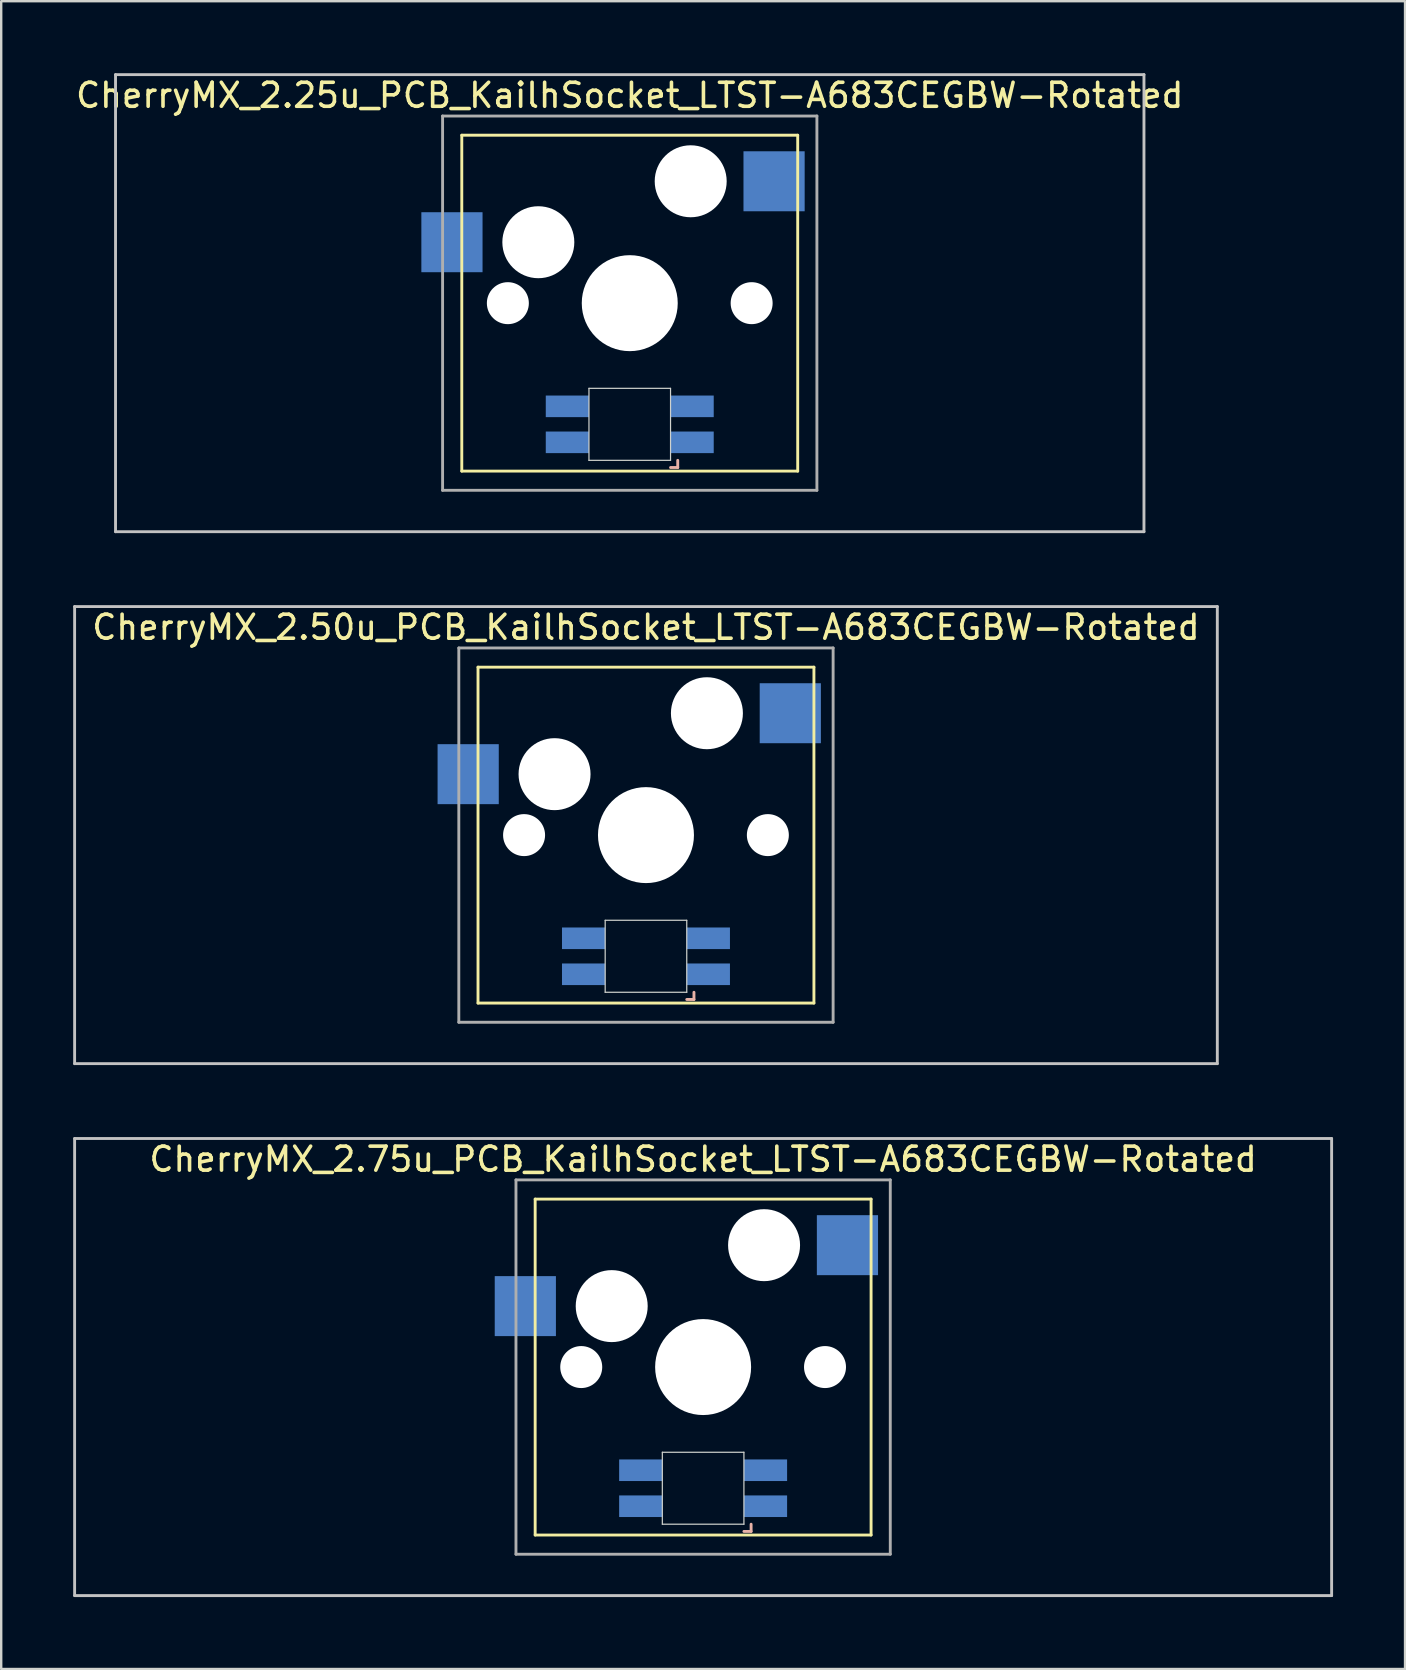
<source format=kicad_pcb>
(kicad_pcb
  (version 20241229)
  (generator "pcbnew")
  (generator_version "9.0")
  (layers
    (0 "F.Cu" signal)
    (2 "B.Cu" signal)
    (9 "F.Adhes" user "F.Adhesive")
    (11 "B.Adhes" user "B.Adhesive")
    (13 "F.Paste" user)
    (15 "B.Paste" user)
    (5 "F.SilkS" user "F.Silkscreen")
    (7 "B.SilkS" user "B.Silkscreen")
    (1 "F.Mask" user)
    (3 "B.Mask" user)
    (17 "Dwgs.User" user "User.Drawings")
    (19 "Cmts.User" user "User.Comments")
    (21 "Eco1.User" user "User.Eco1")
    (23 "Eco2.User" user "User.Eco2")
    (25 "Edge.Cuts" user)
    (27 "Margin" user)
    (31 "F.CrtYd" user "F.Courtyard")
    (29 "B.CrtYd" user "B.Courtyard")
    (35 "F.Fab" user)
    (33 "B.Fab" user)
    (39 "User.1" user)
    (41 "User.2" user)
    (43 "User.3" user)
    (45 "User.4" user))
  (footprint "CherryMX_2.25u_PCB_KailhSocket_LTST-A683CEGBW-Rotated"
    (layer "F.Cu")
    (at 23.196 9.585)
    (property "Reference" "CherryMX_2.25u_PCB_KailhSocket_LTST-A683CEGBW-Rotated" (at 0 -8.662 0) (layer "F.SilkS") (effects (font (size 1 1) (thickness 0.15))))
    (attr through_hole)
    (fp_line (start -7 -7) (end -7 7) (stroke (width 0.12) (type solid)) (layer "F.SilkS"))
    (fp_line (start -7 -7) (end 7 -7) (stroke (width 0.12) (type solid)) (layer "F.SilkS"))
    (fp_line (start 7 -7) (end 7 7) (stroke (width 0.12) (type solid)) (layer "F.SilkS"))
    (fp_line (start 7 7) (end -7 7) (stroke (width 0.12) (type solid)) (layer "F.SilkS"))
    (fp_line (start 1.7 6.85) (end 2 6.85) (stroke (width 0.12) (type solid)) (layer "B.SilkS"))
    (fp_line (start 2 6.85) (end 2 6.55) (stroke (width 0.12) (type solid)) (layer "B.SilkS"))
    (fp_line (start -21.431 -9.525) (end 21.431 -9.525) (stroke (width 0.12) (type solid)) (layer "Dwgs.User"))
    (fp_line (start -21.431 9.525) (end -21.431 -9.525) (stroke (width 0.12) (type solid)) (layer "Dwgs.User"))
    (fp_line (start 21.431 -9.525) (end 21.431 9.525) (stroke (width 0.12) (type solid)) (layer "Dwgs.User"))
    (fp_line (start 21.431 9.525) (end -21.431 9.525) (stroke (width 0.12) (type solid)) (layer "Dwgs.User"))
    (fp_line (start -1.7 3.55) (end 1.7 3.55) (stroke (width 0.05) (type solid)) (layer "Edge.Cuts"))
    (fp_line (start -1.7 6.55) (end -1.7 3.55) (stroke (width 0.05) (type solid)) (layer "Edge.Cuts"))
    (fp_line (start 1.7 3.55) (end 1.7 6.55) (stroke (width 0.05) (type solid)) (layer "Edge.Cuts"))
    (fp_line (start 1.7 6.55) (end -1.7 6.55) (stroke (width 0.05) (type solid)) (layer "Edge.Cuts"))
    (fp_line (start -7.8 -7.8) (end -7.8 7.8) (stroke (width 0.12) (type solid)) (layer "F.Fab"))
    (fp_line (start -7.8 -7.8) (end 7.8 -7.8) (stroke (width 0.12) (type solid)) (layer "F.Fab"))
    (fp_line (start -7.8 7.8) (end 7.8 7.8) (stroke (width 0.12) (type solid)) (layer "F.Fab"))
    (fp_line (start 7.8 -7.8) (end 7.8 7.8) (stroke (width 0.12) (type solid)) (layer "F.Fab"))
    (pad "" np_thru_hole circle (at -5.08 0) (size 1.75 1.75) (drill 1.75) (layers "*.Cu" "*.Mask"))
    (pad "" np_thru_hole circle (at -3.81 -2.54) (size 3 3) (drill 3) (layers "*.Cu" "*.Mask"))
    (pad "" np_thru_hole circle (at 0 0) (size 4 4) (drill 4) (layers "*.Cu" "*.Mask"))
    (pad "" np_thru_hole circle (at 2.54 -5.08) (size 3 3) (drill 3) (layers "*.Cu" "*.Mask"))
    (pad "" np_thru_hole circle (at 5.08 0) (size 1.75 1.75) (drill 1.75) (layers "*.Cu" "*.Mask"))
    (pad "1" smd rect (at -7.41 -2.54) (size 2.55 2.5) (layers "B.Cu" "B.Mask" "B.Paste"))
    (pad "2" smd rect (at 6.015 -5.08) (size 2.55 2.5) (layers "B.Cu" "B.Mask" "B.Paste"))
    (pad "3" smd rect (at 2.6 5.8) (size 1.8 0.9) (layers "B.Cu" "B.Mask" "B.Paste"))
    (pad "4" smd rect (at 2.6 4.3) (size 1.8 0.9) (layers "B.Cu" "B.Mask" "B.Paste"))
    (pad "5" smd rect (at -2.6 5.8) (size 1.8 0.9) (layers "B.Cu" "B.Mask" "B.Paste"))
    (pad "6" smd rect (at -2.6 4.3) (size 1.8 0.9) (layers "B.Cu" "B.Mask" "B.Paste")))
  (footprint "CherryMX_2.75u_PCB_KailhSocket_LTST-A683CEGBW-Rotated"
    (layer "F.Cu")
    (at 26.254 53.925)
    (property "Reference" "CherryMX_2.75u_PCB_KailhSocket_LTST-A683CEGBW-Rotated" (at 0 -8.662 0) (layer "F.SilkS") (effects (font (size 1 1) (thickness 0.15))))
    (attr through_hole)
    (fp_line (start -7 -7) (end -7 7) (stroke (width 0.12) (type solid)) (layer "F.SilkS"))
    (fp_line (start -7 -7) (end 7 -7) (stroke (width 0.12) (type solid)) (layer "F.SilkS"))
    (fp_line (start 7 -7) (end 7 7) (stroke (width 0.12) (type solid)) (layer "F.SilkS"))
    (fp_line (start 7 7) (end -7 7) (stroke (width 0.12) (type solid)) (layer "F.SilkS"))
    (fp_line (start 1.7 6.85) (end 2 6.85) (stroke (width 0.12) (type solid)) (layer "B.SilkS"))
    (fp_line (start 2 6.85) (end 2 6.55) (stroke (width 0.12) (type solid)) (layer "B.SilkS"))
    (fp_line (start -26.194 -9.525) (end 26.194 -9.525) (stroke (width 0.12) (type solid)) (layer "Dwgs.User"))
    (fp_line (start -26.194 9.525) (end -26.194 -9.525) (stroke (width 0.12) (type solid)) (layer "Dwgs.User"))
    (fp_line (start 26.194 -9.525) (end 26.194 9.525) (stroke (width 0.12) (type solid)) (layer "Dwgs.User"))
    (fp_line (start 26.194 9.525) (end -26.194 9.525) (stroke (width 0.12) (type solid)) (layer "Dwgs.User"))
    (fp_line (start -1.7 3.55) (end 1.7 3.55) (stroke (width 0.05) (type solid)) (layer "Edge.Cuts"))
    (fp_line (start -1.7 6.55) (end -1.7 3.55) (stroke (width 0.05) (type solid)) (layer "Edge.Cuts"))
    (fp_line (start 1.7 3.55) (end 1.7 6.55) (stroke (width 0.05) (type solid)) (layer "Edge.Cuts"))
    (fp_line (start 1.7 6.55) (end -1.7 6.55) (stroke (width 0.05) (type solid)) (layer "Edge.Cuts"))
    (fp_line (start -7.8 -7.8) (end -7.8 7.8) (stroke (width 0.12) (type solid)) (layer "F.Fab"))
    (fp_line (start -7.8 -7.8) (end 7.8 -7.8) (stroke (width 0.12) (type solid)) (layer "F.Fab"))
    (fp_line (start -7.8 7.8) (end 7.8 7.8) (stroke (width 0.12) (type solid)) (layer "F.Fab"))
    (fp_line (start 7.8 -7.8) (end 7.8 7.8) (stroke (width 0.12) (type solid)) (layer "F.Fab"))
    (pad "" np_thru_hole circle (at -5.08 0) (size 1.75 1.75) (drill 1.75) (layers "*.Cu" "*.Mask"))
    (pad "" np_thru_hole circle (at -3.81 -2.54) (size 3 3) (drill 3) (layers "*.Cu" "*.Mask"))
    (pad "" np_thru_hole circle (at 0 0) (size 4 4) (drill 4) (layers "*.Cu" "*.Mask"))
    (pad "" np_thru_hole circle (at 2.54 -5.08) (size 3 3) (drill 3) (layers "*.Cu" "*.Mask"))
    (pad "" np_thru_hole circle (at 5.08 0) (size 1.75 1.75) (drill 1.75) (layers "*.Cu" "*.Mask"))
    (pad "1" smd rect (at -7.41 -2.54) (size 2.55 2.5) (layers "B.Cu" "B.Mask" "B.Paste"))
    (pad "2" smd rect (at 6.015 -5.08) (size 2.55 2.5) (layers "B.Cu" "B.Mask" "B.Paste"))
    (pad "3" smd rect (at 2.6 5.8) (size 1.8 0.9) (layers "B.Cu" "B.Mask" "B.Paste"))
    (pad "4" smd rect (at 2.6 4.3) (size 1.8 0.9) (layers "B.Cu" "B.Mask" "B.Paste"))
    (pad "5" smd rect (at -2.6 5.8) (size 1.8 0.9) (layers "B.Cu" "B.Mask" "B.Paste"))
    (pad "6" smd rect (at -2.6 4.3) (size 1.8 0.9) (layers "B.Cu" "B.Mask" "B.Paste")))
  (footprint "CherryMX_2.50u_PCB_KailhSocket_LTST-A683CEGBW-Rotated"
    (layer "F.Cu")
    (at 23.872 31.755)
    (property "Reference" "CherryMX_2.50u_PCB_KailhSocket_LTST-A683CEGBW-Rotated" (at 0 -8.662 0) (layer "F.SilkS") (effects (font (size 1 1) (thickness 0.15))))
    (attr through_hole)
    (fp_line (start -7 -7) (end -7 7) (stroke (width 0.12) (type solid)) (layer "F.SilkS"))
    (fp_line (start -7 -7) (end 7 -7) (stroke (width 0.12) (type solid)) (layer "F.SilkS"))
    (fp_line (start 7 -7) (end 7 7) (stroke (width 0.12) (type solid)) (layer "F.SilkS"))
    (fp_line (start 7 7) (end -7 7) (stroke (width 0.12) (type solid)) (layer "F.SilkS"))
    (fp_line (start 1.7 6.85) (end 2 6.85) (stroke (width 0.12) (type solid)) (layer "B.SilkS"))
    (fp_line (start 2 6.85) (end 2 6.55) (stroke (width 0.12) (type solid)) (layer "B.SilkS"))
    (fp_line (start -23.812 -9.525) (end 23.812 -9.525) (stroke (width 0.12) (type solid)) (layer "Dwgs.User"))
    (fp_line (start -23.812 9.525) (end -23.812 -9.525) (stroke (width 0.12) (type solid)) (layer "Dwgs.User"))
    (fp_line (start 23.812 -9.525) (end 23.812 9.525) (stroke (width 0.12) (type solid)) (layer "Dwgs.User"))
    (fp_line (start 23.812 9.525) (end -23.812 9.525) (stroke (width 0.12) (type solid)) (layer "Dwgs.User"))
    (fp_line (start -1.7 3.55) (end 1.7 3.55) (stroke (width 0.05) (type solid)) (layer "Edge.Cuts"))
    (fp_line (start -1.7 6.55) (end -1.7 3.55) (stroke (width 0.05) (type solid)) (layer "Edge.Cuts"))
    (fp_line (start 1.7 3.55) (end 1.7 6.55) (stroke (width 0.05) (type solid)) (layer "Edge.Cuts"))
    (fp_line (start 1.7 6.55) (end -1.7 6.55) (stroke (width 0.05) (type solid)) (layer "Edge.Cuts"))
    (fp_line (start -7.8 -7.8) (end -7.8 7.8) (stroke (width 0.12) (type solid)) (layer "F.Fab"))
    (fp_line (start -7.8 -7.8) (end 7.8 -7.8) (stroke (width 0.12) (type solid)) (layer "F.Fab"))
    (fp_line (start -7.8 7.8) (end 7.8 7.8) (stroke (width 0.12) (type solid)) (layer "F.Fab"))
    (fp_line (start 7.8 -7.8) (end 7.8 7.8) (stroke (width 0.12) (type solid)) (layer "F.Fab"))
    (pad "" np_thru_hole circle (at -5.08 0) (size 1.75 1.75) (drill 1.75) (layers "*.Cu" "*.Mask"))
    (pad "" np_thru_hole circle (at -3.81 -2.54) (size 3 3) (drill 3) (layers "*.Cu" "*.Mask"))
    (pad "" np_thru_hole circle (at 0 0) (size 4 4) (drill 4) (layers "*.Cu" "*.Mask"))
    (pad "" np_thru_hole circle (at 2.54 -5.08) (size 3 3) (drill 3) (layers "*.Cu" "*.Mask"))
    (pad "" np_thru_hole circle (at 5.08 0) (size 1.75 1.75) (drill 1.75) (layers "*.Cu" "*.Mask"))
    (pad "1" smd rect (at -7.41 -2.54) (size 2.55 2.5) (layers "B.Cu" "B.Mask" "B.Paste"))
    (pad "2" smd rect (at 6.015 -5.08) (size 2.55 2.5) (layers "B.Cu" "B.Mask" "B.Paste"))
    (pad "3" smd rect (at 2.6 5.8) (size 1.8 0.9) (layers "B.Cu" "B.Mask" "B.Paste"))
    (pad "4" smd rect (at 2.6 4.3) (size 1.8 0.9) (layers "B.Cu" "B.Mask" "B.Paste"))
    (pad "5" smd rect (at -2.6 5.8) (size 1.8 0.9) (layers "B.Cu" "B.Mask" "B.Paste"))
    (pad "6" smd rect (at -2.6 4.3) (size 1.8 0.9) (layers "B.Cu" "B.Mask" "B.Paste")))
  (gr_rect
    (start -3 -3)
    (end 55.508 66.51)
    (stroke (width 0.1) (type default))
    (fill no)
    (layer "Edge.Cuts")))
</source>
